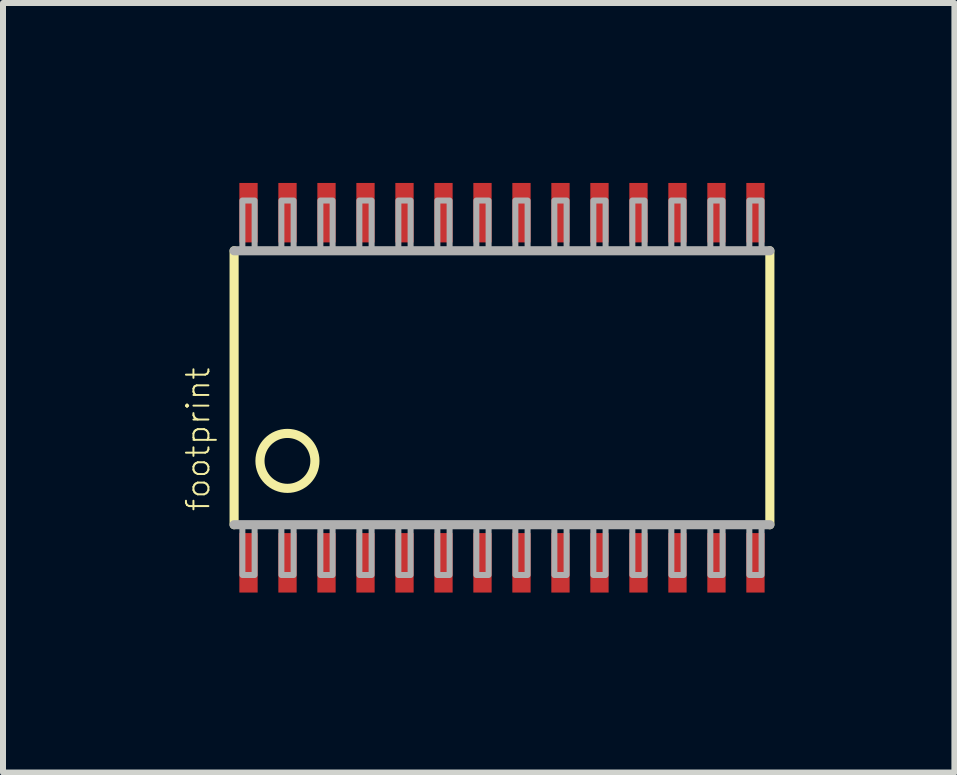
<source format=kicad_pcb>
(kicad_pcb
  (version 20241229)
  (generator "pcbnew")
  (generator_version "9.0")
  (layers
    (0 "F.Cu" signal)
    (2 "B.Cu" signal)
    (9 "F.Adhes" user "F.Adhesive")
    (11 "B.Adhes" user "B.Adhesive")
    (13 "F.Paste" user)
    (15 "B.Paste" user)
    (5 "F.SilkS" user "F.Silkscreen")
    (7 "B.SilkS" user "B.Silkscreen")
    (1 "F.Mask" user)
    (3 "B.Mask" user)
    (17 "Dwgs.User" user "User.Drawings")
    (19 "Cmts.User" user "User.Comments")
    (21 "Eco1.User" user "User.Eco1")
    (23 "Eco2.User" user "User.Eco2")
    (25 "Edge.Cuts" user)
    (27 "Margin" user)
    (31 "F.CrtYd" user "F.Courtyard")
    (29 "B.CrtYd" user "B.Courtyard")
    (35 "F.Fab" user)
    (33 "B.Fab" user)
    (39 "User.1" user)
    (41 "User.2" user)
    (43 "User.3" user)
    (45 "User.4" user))
  (footprint "footprint"
    (layer "F.Cu")
    (at 5.317 3.413)
    (property "Reference" "footprint" (at -4.846 2.083 90) (layer "F.SilkS") (effects (font (size 0.374 0.374) (thickness 0.033)) (justify left bottom)))
    (fp_line (start -4.465 2.283) (end -4.465 -2.283) (stroke (width 0.152) (type solid)) (layer "F.SilkS"))
    (fp_line (start 4.465 -2.283) (end 4.465 2.283) (stroke (width 0.152) (type solid)) (layer "F.SilkS"))
    (fp_circle (center -3.576 1.219) (end -3.118 1.219) (stroke (width 0.152) (type solid)) (fill no) (layer "F.SilkS"))
    (fp_line (start -4.465 2.283) (end 4.465 2.283) (stroke (width 0.152) (type solid)) (layer "F.Fab"))
    (fp_line (start 4.465 -2.283) (end -4.465 -2.283) (stroke (width 0.152) (type solid)) (layer "F.Fab"))
    (fp_poly (pts (xy -4.327 -2.283) (xy -4.123 -2.283) (xy -4.123 -3.121) (xy -4.327 -3.121)) (stroke (width 0.1) (type solid)) (fill no) (layer "F.Fab"))
    (fp_poly (pts (xy -4.327 3.121) (xy -4.123 3.121) (xy -4.123 2.283) (xy -4.327 2.283)) (stroke (width 0.1) (type solid)) (fill no) (layer "F.Fab"))
    (fp_poly (pts (xy -3.677 -2.283) (xy -3.473 -2.283) (xy -3.473 -3.121) (xy -3.677 -3.121)) (stroke (width 0.1) (type solid)) (fill no) (layer "F.Fab"))
    (fp_poly (pts (xy -3.677 3.121) (xy -3.473 3.121) (xy -3.473 2.283) (xy -3.677 2.283)) (stroke (width 0.1) (type solid)) (fill no) (layer "F.Fab"))
    (fp_poly (pts (xy -3.027 -2.283) (xy -2.823 -2.283) (xy -2.823 -3.121) (xy -3.027 -3.121)) (stroke (width 0.1) (type solid)) (fill no) (layer "F.Fab"))
    (fp_poly (pts (xy -3.027 3.121) (xy -2.823 3.121) (xy -2.823 2.283) (xy -3.027 2.283)) (stroke (width 0.1) (type solid)) (fill no) (layer "F.Fab"))
    (fp_poly (pts (xy -2.377 -2.283) (xy -2.173 -2.283) (xy -2.173 -3.121) (xy -2.377 -3.121)) (stroke (width 0.1) (type solid)) (fill no) (layer "F.Fab"))
    (fp_poly (pts (xy -2.377 3.121) (xy -2.173 3.121) (xy -2.173 2.283) (xy -2.377 2.283)) (stroke (width 0.1) (type solid)) (fill no) (layer "F.Fab"))
    (fp_poly (pts (xy -1.727 -2.283) (xy -1.523 -2.283) (xy -1.523 -3.121) (xy -1.727 -3.121)) (stroke (width 0.1) (type solid)) (fill no) (layer "F.Fab"))
    (fp_poly (pts (xy -1.727 3.121) (xy -1.523 3.121) (xy -1.523 2.283) (xy -1.727 2.283)) (stroke (width 0.1) (type solid)) (fill no) (layer "F.Fab"))
    (fp_poly (pts (xy -1.077 -2.283) (xy -0.873 -2.283) (xy -0.873 -3.121) (xy -1.077 -3.121)) (stroke (width 0.1) (type solid)) (fill no) (layer "F.Fab"))
    (fp_poly (pts (xy -1.077 3.121) (xy -0.873 3.121) (xy -0.873 2.283) (xy -1.077 2.283)) (stroke (width 0.1) (type solid)) (fill no) (layer "F.Fab"))
    (fp_poly (pts (xy -0.427 -2.283) (xy -0.223 -2.283) (xy -0.223 -3.121) (xy -0.427 -3.121)) (stroke (width 0.1) (type solid)) (fill no) (layer "F.Fab"))
    (fp_poly (pts (xy -0.427 3.121) (xy -0.223 3.121) (xy -0.223 2.283) (xy -0.427 2.283)) (stroke (width 0.1) (type solid)) (fill no) (layer "F.Fab"))
    (fp_poly (pts (xy 0.223 -2.283) (xy 0.427 -2.283) (xy 0.427 -3.121) (xy 0.223 -3.121)) (stroke (width 0.1) (type solid)) (fill no) (layer "F.Fab"))
    (fp_poly (pts (xy 0.223 3.121) (xy 0.427 3.121) (xy 0.427 2.283) (xy 0.223 2.283)) (stroke (width 0.1) (type solid)) (fill no) (layer "F.Fab"))
    (fp_poly (pts (xy 0.873 -2.283) (xy 1.077 -2.283) (xy 1.077 -3.121) (xy 0.873 -3.121)) (stroke (width 0.1) (type solid)) (fill no) (layer "F.Fab"))
    (fp_poly (pts (xy 0.873 3.121) (xy 1.077 3.121) (xy 1.077 2.283) (xy 0.873 2.283)) (stroke (width 0.1) (type solid)) (fill no) (layer "F.Fab"))
    (fp_poly (pts (xy 1.523 -2.283) (xy 1.727 -2.283) (xy 1.727 -3.121) (xy 1.523 -3.121)) (stroke (width 0.1) (type solid)) (fill no) (layer "F.Fab"))
    (fp_poly (pts (xy 1.523 3.121) (xy 1.727 3.121) (xy 1.727 2.283) (xy 1.523 2.283)) (stroke (width 0.1) (type solid)) (fill no) (layer "F.Fab"))
    (fp_poly (pts (xy 2.173 -2.283) (xy 2.377 -2.283) (xy 2.377 -3.121) (xy 2.173 -3.121)) (stroke (width 0.1) (type solid)) (fill no) (layer "F.Fab"))
    (fp_poly (pts (xy 2.173 3.121) (xy 2.377 3.121) (xy 2.377 2.283) (xy 2.173 2.283)) (stroke (width 0.1) (type solid)) (fill no) (layer "F.Fab"))
    (fp_poly (pts (xy 2.823 -2.283) (xy 3.027 -2.283) (xy 3.027 -3.121) (xy 2.823 -3.121)) (stroke (width 0.1) (type solid)) (fill no) (layer "F.Fab"))
    (fp_poly (pts (xy 2.823 3.121) (xy 3.027 3.121) (xy 3.027 2.283) (xy 2.823 2.283)) (stroke (width 0.1) (type solid)) (fill no) (layer "F.Fab"))
    (fp_poly (pts (xy 3.473 -2.283) (xy 3.677 -2.283) (xy 3.677 -3.121) (xy 3.473 -3.121)) (stroke (width 0.1) (type solid)) (fill no) (layer "F.Fab"))
    (fp_poly (pts (xy 3.473 3.121) (xy 3.677 3.121) (xy 3.677 2.283) (xy 3.473 2.283)) (stroke (width 0.1) (type solid)) (fill no) (layer "F.Fab"))
    (fp_poly (pts (xy 4.123 -2.283) (xy 4.327 -2.283) (xy 4.327 -3.121) (xy 4.123 -3.121)) (stroke (width 0.1) (type solid)) (fill no) (layer "F.Fab"))
    (fp_poly (pts (xy 4.123 3.121) (xy 4.327 3.121) (xy 4.327 2.283) (xy 4.123 2.283)) (stroke (width 0.1) (type solid)) (fill no) (layer "F.Fab"))
    (pad "1" smd rect (at -4.225 2.918) (size 0.305 0.991) (layers "F.Cu" "F.Mask" "F.Paste"))
    (pad "2" smd rect (at -3.575 2.918) (size 0.305 0.991) (layers "F.Cu" "F.Mask" "F.Paste"))
    (pad "3" smd rect (at -2.925 2.918) (size 0.305 0.991) (layers "F.Cu" "F.Mask" "F.Paste"))
    (pad "4" smd rect (at -2.275 2.918) (size 0.305 0.991) (layers "F.Cu" "F.Mask" "F.Paste"))
    (pad "5" smd rect (at -1.625 2.918) (size 0.305 0.991) (layers "F.Cu" "F.Mask" "F.Paste"))
    (pad "6" smd rect (at -0.975 2.918) (size 0.305 0.991) (layers "F.Cu" "F.Mask" "F.Paste"))
    (pad "7" smd rect (at -0.325 2.918) (size 0.305 0.991) (layers "F.Cu" "F.Mask" "F.Paste"))
    (pad "8" smd rect (at 0.325 2.918) (size 0.305 0.991) (layers "F.Cu" "F.Mask" "F.Paste"))
    (pad "9" smd rect (at 0.975 2.918) (size 0.305 0.991) (layers "F.Cu" "F.Mask" "F.Paste"))
    (pad "10" smd rect (at 1.625 2.918) (size 0.305 0.991) (layers "F.Cu" "F.Mask" "F.Paste"))
    (pad "11" smd rect (at 2.275 2.918) (size 0.305 0.991) (layers "F.Cu" "F.Mask" "F.Paste"))
    (pad "12" smd rect (at 2.925 2.918) (size 0.305 0.991) (layers "F.Cu" "F.Mask" "F.Paste"))
    (pad "13" smd rect (at 3.575 2.918) (size 0.305 0.991) (layers "F.Cu" "F.Mask" "F.Paste"))
    (pad "14" smd rect (at 4.225 2.918) (size 0.305 0.991) (layers "F.Cu" "F.Mask" "F.Paste"))
    (pad "15" smd rect (at 4.225 -2.918) (size 0.305 0.991) (layers "F.Cu" "F.Mask" "F.Paste"))
    (pad "16" smd rect (at 3.575 -2.918) (size 0.305 0.991) (layers "F.Cu" "F.Mask" "F.Paste"))
    (pad "17" smd rect (at 2.925 -2.918) (size 0.305 0.991) (layers "F.Cu" "F.Mask" "F.Paste"))
    (pad "18" smd rect (at 2.275 -2.918) (size 0.305 0.991) (layers "F.Cu" "F.Mask" "F.Paste"))
    (pad "19" smd rect (at 1.625 -2.918) (size 0.305 0.991) (layers "F.Cu" "F.Mask" "F.Paste"))
    (pad "20" smd rect (at 0.975 -2.918) (size 0.305 0.991) (layers "F.Cu" "F.Mask" "F.Paste"))
    (pad "21" smd rect (at 0.325 -2.918) (size 0.305 0.991) (layers "F.Cu" "F.Mask" "F.Paste"))
    (pad "22" smd rect (at -0.325 -2.918) (size 0.305 0.991) (layers "F.Cu" "F.Mask" "F.Paste"))
    (pad "23" smd rect (at -0.975 -2.918) (size 0.305 0.991) (layers "F.Cu" "F.Mask" "F.Paste"))
    (pad "24" smd rect (at -1.625 -2.918) (size 0.305 0.991) (layers "F.Cu" "F.Mask" "F.Paste"))
    (pad "25" smd rect (at -2.275 -2.918) (size 0.305 0.991) (layers "F.Cu" "F.Mask" "F.Paste"))
    (pad "26" smd rect (at -2.925 -2.918) (size 0.305 0.991) (layers "F.Cu" "F.Mask" "F.Paste"))
    (pad "27" smd rect (at -3.575 -2.918) (size 0.305 0.991) (layers "F.Cu" "F.Mask" "F.Paste"))
    (pad "28" smd rect (at -4.225 -2.918) (size 0.305 0.991) (layers "F.Cu" "F.Mask" "F.Paste")))
  (gr_rect
    (start -3 -3)
    (end 12.858 9.826)
    (stroke (width 0.1) (type default))
    (fill no)
    (layer "Edge.Cuts")))
</source>
